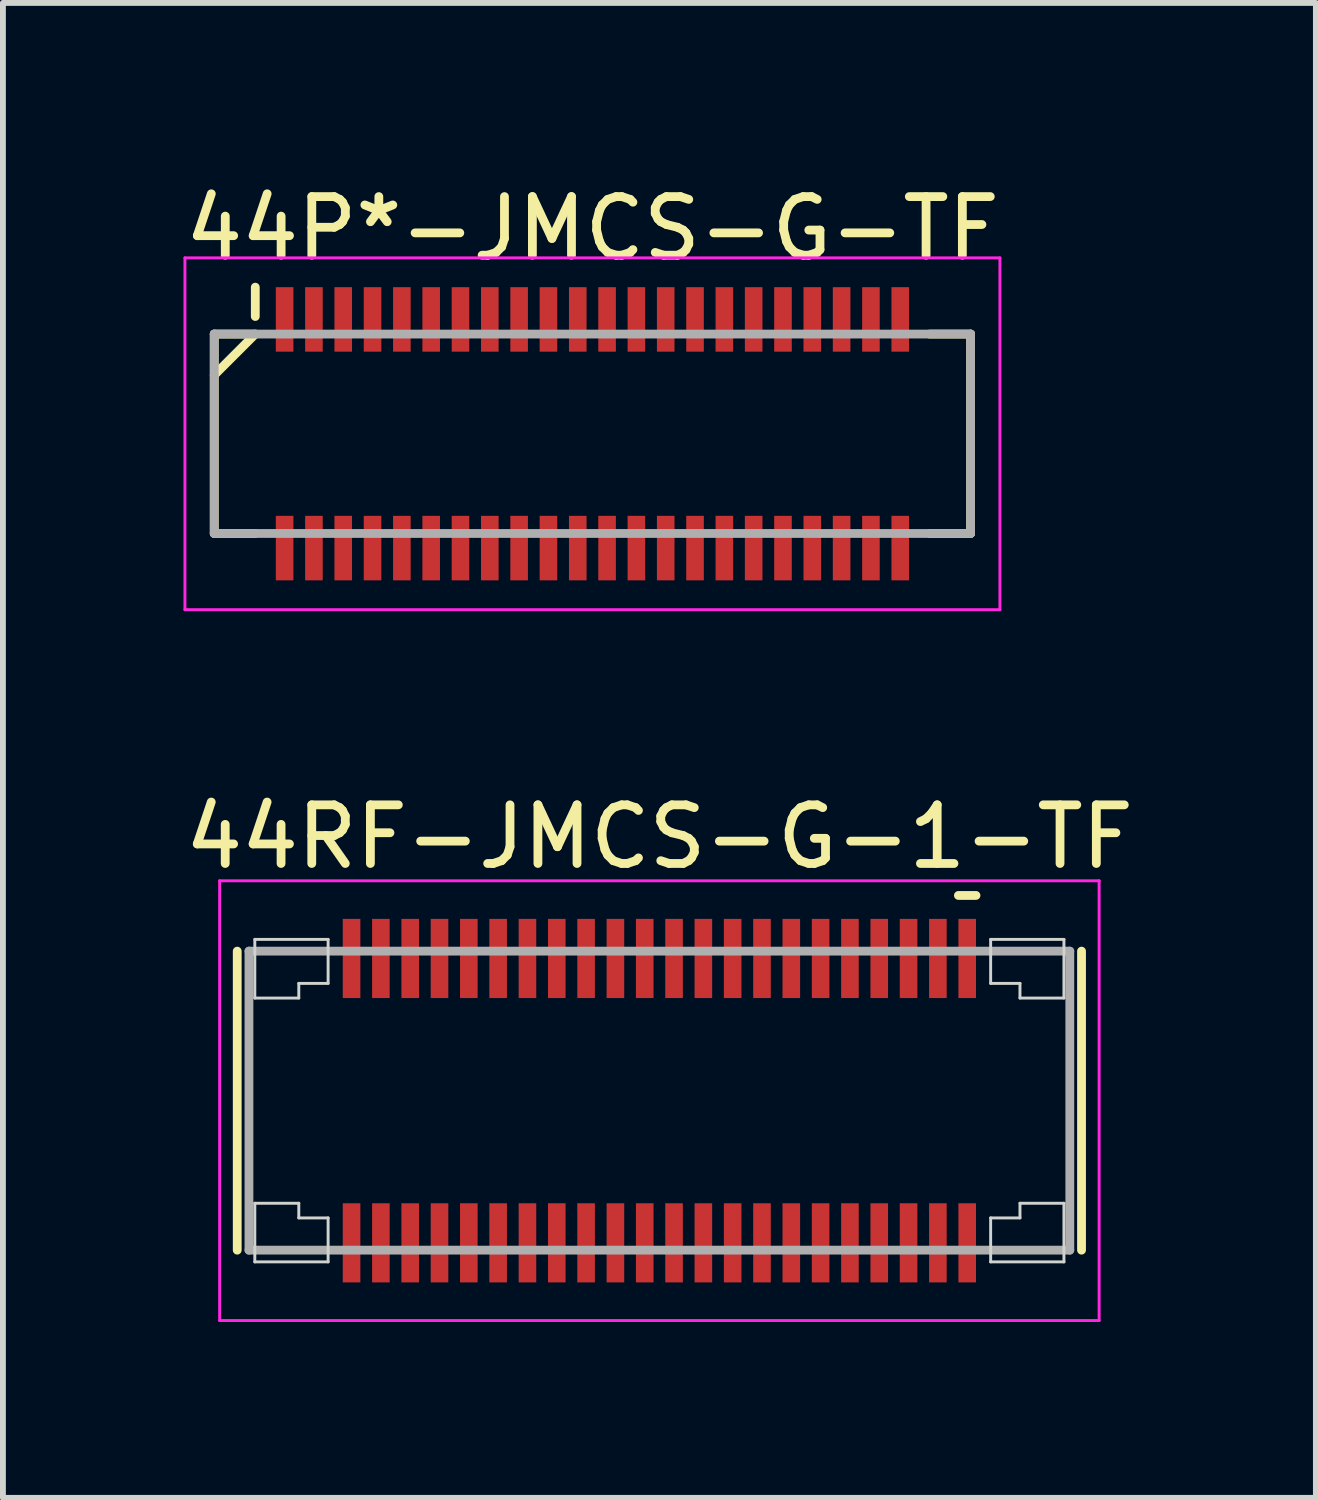
<source format=kicad_pcb>
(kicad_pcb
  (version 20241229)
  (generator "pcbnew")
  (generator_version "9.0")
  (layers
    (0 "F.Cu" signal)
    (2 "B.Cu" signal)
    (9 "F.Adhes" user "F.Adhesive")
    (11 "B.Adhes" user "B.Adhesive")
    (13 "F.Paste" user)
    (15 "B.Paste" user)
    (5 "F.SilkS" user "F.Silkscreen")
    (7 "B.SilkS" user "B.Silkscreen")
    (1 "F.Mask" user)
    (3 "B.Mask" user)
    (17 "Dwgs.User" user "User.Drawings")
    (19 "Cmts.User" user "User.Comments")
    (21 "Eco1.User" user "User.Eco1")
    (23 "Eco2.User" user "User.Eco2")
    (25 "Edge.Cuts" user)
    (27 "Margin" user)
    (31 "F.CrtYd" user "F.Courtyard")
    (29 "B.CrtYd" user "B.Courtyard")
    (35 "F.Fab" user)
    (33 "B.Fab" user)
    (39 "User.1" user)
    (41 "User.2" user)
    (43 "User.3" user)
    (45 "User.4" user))
  (footprint "44P*-JMCS-G-TF"
    (layer "F.Cu")
    (at 7.054 4.348)
    (property "Reference" "44P*-JMCS-G-TF" (at 0 -3.5 0) (layer "F.SilkS") (effects (font (size 1 1) (thickness 0.15))))
    (attr smd)
    (fp_line (start -6.45 -1.7) (end -6.45 1.7) (stroke (width 0.15) (type solid)) (layer "F.SilkS"))
    (fp_line (start -6.45 -1.7) (end -5.75 -1.7) (stroke (width 0.15) (type solid)) (layer "F.SilkS"))
    (fp_line (start -6.45 1.7) (end -5.75 1.7) (stroke (width 0.15) (type solid)) (layer "F.SilkS"))
    (fp_line (start -5.75 -2.5) (end -5.75 -2) (stroke (width 0.15) (type solid)) (layer "F.SilkS"))
    (fp_line (start -5.75 -1.7) (end -6.45 -1) (stroke (width 0.15) (type solid)) (layer "F.SilkS"))
    (fp_line (start 5.75 -1.7) (end 6.45 -1.7) (stroke (width 0.15) (type solid)) (layer "F.SilkS"))
    (fp_line (start 5.75 1.7) (end 6.45 1.7) (stroke (width 0.15) (type solid)) (layer "F.SilkS"))
    (fp_line (start 6.45 -1.7) (end 6.45 1.7) (stroke (width 0.15) (type solid)) (layer "F.SilkS"))
    (fp_line (start -6.95 -3) (end -6.95 3) (stroke (width 0.05) (type solid)) (layer "F.CrtYd"))
    (fp_line (start -6.95 -3) (end 6.95 -3) (stroke (width 0.05) (type solid)) (layer "F.CrtYd"))
    (fp_line (start -6.95 3) (end 6.95 3) (stroke (width 0.05) (type solid)) (layer "F.CrtYd"))
    (fp_line (start 6.95 -3) (end 6.95 3) (stroke (width 0.05) (type solid)) (layer "F.CrtYd"))
    (fp_line (start -6.45 -1.7) (end -6.45 1.7) (stroke (width 0.15) (type solid)) (layer "F.Fab"))
    (fp_line (start -6.45 -1.7) (end 6.45 -1.7) (stroke (width 0.15) (type solid)) (layer "F.Fab"))
    (fp_line (start -6.45 1.7) (end 6.45 1.7) (stroke (width 0.15) (type solid)) (layer "F.Fab"))
    (fp_line (start 6.45 -1.7) (end 6.45 1.7) (stroke (width 0.15) (type solid)) (layer "F.Fab"))
    (pad "1" smd rect (at -5.25 -1.95) (size 0.3 1.1) (layers "F.Cu" "F.Mask" "F.Paste"))
    (pad "2" smd rect (at -5.25 1.95) (size 0.3 1.1) (layers "F.Cu" "F.Mask" "F.Paste"))
    (pad "3" smd rect (at -4.75 -1.95) (size 0.3 1.1) (layers "F.Cu" "F.Mask" "F.Paste"))
    (pad "4" smd rect (at -4.75 1.95) (size 0.3 1.1) (layers "F.Cu" "F.Mask" "F.Paste"))
    (pad "5" smd rect (at -4.25 -1.95) (size 0.3 1.1) (layers "F.Cu" "F.Mask" "F.Paste"))
    (pad "6" smd rect (at -4.25 1.95) (size 0.3 1.1) (layers "F.Cu" "F.Mask" "F.Paste"))
    (pad "7" smd rect (at -3.75 -1.95) (size 0.3 1.1) (layers "F.Cu" "F.Mask" "F.Paste"))
    (pad "8" smd rect (at -3.75 1.95) (size 0.3 1.1) (layers "F.Cu" "F.Mask" "F.Paste"))
    (pad "9" smd rect (at -3.25 -1.95) (size 0.3 1.1) (layers "F.Cu" "F.Mask" "F.Paste"))
    (pad "10" smd rect (at -3.25 1.95) (size 0.3 1.1) (layers "F.Cu" "F.Mask" "F.Paste"))
    (pad "11" smd rect (at -2.75 -1.95) (size 0.3 1.1) (layers "F.Cu" "F.Mask" "F.Paste"))
    (pad "12" smd rect (at -2.75 1.95) (size 0.3 1.1) (layers "F.Cu" "F.Mask" "F.Paste"))
    (pad "13" smd rect (at -2.25 -1.95) (size 0.3 1.1) (layers "F.Cu" "F.Mask" "F.Paste"))
    (pad "14" smd rect (at -2.25 1.95) (size 0.3 1.1) (layers "F.Cu" "F.Mask" "F.Paste"))
    (pad "15" smd rect (at -1.75 -1.95) (size 0.3 1.1) (layers "F.Cu" "F.Mask" "F.Paste"))
    (pad "16" smd rect (at -1.75 1.95) (size 0.3 1.1) (layers "F.Cu" "F.Mask" "F.Paste"))
    (pad "17" smd rect (at -1.25 -1.95) (size 0.3 1.1) (layers "F.Cu" "F.Mask" "F.Paste"))
    (pad "18" smd rect (at -1.25 1.95) (size 0.3 1.1) (layers "F.Cu" "F.Mask" "F.Paste"))
    (pad "19" smd rect (at -0.75 -1.95) (size 0.3 1.1) (layers "F.Cu" "F.Mask" "F.Paste"))
    (pad "20" smd rect (at -0.75 1.95) (size 0.3 1.1) (layers "F.Cu" "F.Mask" "F.Paste"))
    (pad "21" smd rect (at -0.25 -1.95) (size 0.3 1.1) (layers "F.Cu" "F.Mask" "F.Paste"))
    (pad "22" smd rect (at -0.25 1.95) (size 0.3 1.1) (layers "F.Cu" "F.Mask" "F.Paste"))
    (pad "23" smd rect (at 0.25 -1.95) (size 0.3 1.1) (layers "F.Cu" "F.Mask" "F.Paste"))
    (pad "24" smd rect (at 0.25 1.95) (size 0.3 1.1) (layers "F.Cu" "F.Mask" "F.Paste"))
    (pad "25" smd rect (at 0.75 -1.95) (size 0.3 1.1) (layers "F.Cu" "F.Mask" "F.Paste"))
    (pad "26" smd rect (at 0.75 1.95) (size 0.3 1.1) (layers "F.Cu" "F.Mask" "F.Paste"))
    (pad "27" smd rect (at 1.25 -1.95) (size 0.3 1.1) (layers "F.Cu" "F.Mask" "F.Paste"))
    (pad "28" smd rect (at 1.25 1.95) (size 0.3 1.1) (layers "F.Cu" "F.Mask" "F.Paste"))
    (pad "29" smd rect (at 1.75 -1.95) (size 0.3 1.1) (layers "F.Cu" "F.Mask" "F.Paste"))
    (pad "30" smd rect (at 1.75 1.95) (size 0.3 1.1) (layers "F.Cu" "F.Mask" "F.Paste"))
    (pad "31" smd rect (at 2.25 -1.95) (size 0.3 1.1) (layers "F.Cu" "F.Mask" "F.Paste"))
    (pad "32" smd rect (at 2.25 1.95) (size 0.3 1.1) (layers "F.Cu" "F.Mask" "F.Paste"))
    (pad "33" smd rect (at 2.75 -1.95) (size 0.3 1.1) (layers "F.Cu" "F.Mask" "F.Paste"))
    (pad "34" smd rect (at 2.75 1.95) (size 0.3 1.1) (layers "F.Cu" "F.Mask" "F.Paste"))
    (pad "35" smd rect (at 3.25 -1.95) (size 0.3 1.1) (layers "F.Cu" "F.Mask" "F.Paste"))
    (pad "36" smd rect (at 3.25 1.95) (size 0.3 1.1) (layers "F.Cu" "F.Mask" "F.Paste"))
    (pad "37" smd rect (at 3.75 -1.95) (size 0.3 1.1) (layers "F.Cu" "F.Mask" "F.Paste"))
    (pad "38" smd rect (at 3.75 1.95) (size 0.3 1.1) (layers "F.Cu" "F.Mask" "F.Paste"))
    (pad "39" smd rect (at 4.25 -1.95) (size 0.3 1.1) (layers "F.Cu" "F.Mask" "F.Paste"))
    (pad "40" smd rect (at 4.25 1.95) (size 0.3 1.1) (layers "F.Cu" "F.Mask" "F.Paste"))
    (pad "41" smd rect (at 4.75 -1.95) (size 0.3 1.1) (layers "F.Cu" "F.Mask" "F.Paste"))
    (pad "42" smd rect (at 4.75 1.95) (size 0.3 1.1) (layers "F.Cu" "F.Mask" "F.Paste"))
    (pad "43" smd rect (at 5.25 -1.95) (size 0.3 1.1) (layers "F.Cu" "F.Mask" "F.Paste"))
    (pad "44" smd rect (at 5.25 1.95) (size 0.3 1.1) (layers "F.Cu" "F.Mask" "F.Paste")))
  (footprint "44RF-JMCS-G-1-TF"
    (layer "F.Cu")
    (at 8.196 15.722)
    (property "Reference" "44RF-JMCS-G-1-TF" (at 0 -4.5 0) (layer "F.SilkS") (effects (font (size 1 1) (thickness 0.15))))
    (attr smd)
    (fp_line (start -7.2 -2.55) (end -7.2 2.55) (stroke (width 0.15) (type solid)) (layer "F.SilkS"))
    (fp_line (start 5.1 -3.5) (end 5.4 -3.5) (stroke (width 0.15) (type solid)) (layer "F.SilkS"))
    (fp_line (start 7.2 -2.55) (end 7.2 2.55) (stroke (width 0.15) (type solid)) (layer "F.SilkS"))
    (fp_line (start -6.9 -2.75) (end -6.9 -1.75) (stroke (width 0.05) (type solid)) (layer "Edge.Cuts"))
    (fp_line (start -6.9 -2.75) (end -5.65 -2.75) (stroke (width 0.05) (type solid)) (layer "Edge.Cuts"))
    (fp_line (start -6.9 -1.75) (end -6.15 -1.75) (stroke (width 0.05) (type solid)) (layer "Edge.Cuts"))
    (fp_line (start -6.9 1.75) (end -6.15 1.75) (stroke (width 0.05) (type solid)) (layer "Edge.Cuts"))
    (fp_line (start -6.9 2.75) (end -6.9 1.75) (stroke (width 0.05) (type solid)) (layer "Edge.Cuts"))
    (fp_line (start -6.9 2.75) (end -5.65 2.75) (stroke (width 0.05) (type solid)) (layer "Edge.Cuts"))
    (fp_line (start -6.15 -2) (end -6.15 -1.75) (stroke (width 0.05) (type solid)) (layer "Edge.Cuts"))
    (fp_line (start -6.15 -2) (end -5.65 -2) (stroke (width 0.05) (type solid)) (layer "Edge.Cuts"))
    (fp_line (start -6.15 2) (end -6.15 1.75) (stroke (width 0.05) (type solid)) (layer "Edge.Cuts"))
    (fp_line (start -6.15 2) (end -5.65 2) (stroke (width 0.05) (type solid)) (layer "Edge.Cuts"))
    (fp_line (start -5.65 -2.75) (end -5.65 -2) (stroke (width 0.05) (type solid)) (layer "Edge.Cuts"))
    (fp_line (start -5.65 2.75) (end -5.65 2) (stroke (width 0.05) (type solid)) (layer "Edge.Cuts"))
    (fp_line (start 5.65 -2.75) (end 5.65 -2) (stroke (width 0.05) (type solid)) (layer "Edge.Cuts"))
    (fp_line (start 5.65 2.75) (end 5.65 2) (stroke (width 0.05) (type solid)) (layer "Edge.Cuts"))
    (fp_line (start 6.15 -2) (end 5.65 -2) (stroke (width 0.05) (type solid)) (layer "Edge.Cuts"))
    (fp_line (start 6.15 -2) (end 6.15 -1.75) (stroke (width 0.05) (type solid)) (layer "Edge.Cuts"))
    (fp_line (start 6.15 2) (end 5.65 2) (stroke (width 0.05) (type solid)) (layer "Edge.Cuts"))
    (fp_line (start 6.15 2) (end 6.15 1.75) (stroke (width 0.05) (type solid)) (layer "Edge.Cuts"))
    (fp_line (start 6.9 -2.75) (end 5.65 -2.75) (stroke (width 0.05) (type solid)) (layer "Edge.Cuts"))
    (fp_line (start 6.9 -2.75) (end 6.9 -1.75) (stroke (width 0.05) (type solid)) (layer "Edge.Cuts"))
    (fp_line (start 6.9 -1.75) (end 6.15 -1.75) (stroke (width 0.05) (type solid)) (layer "Edge.Cuts"))
    (fp_line (start 6.9 1.75) (end 6.15 1.75) (stroke (width 0.05) (type solid)) (layer "Edge.Cuts"))
    (fp_line (start 6.9 2.75) (end 5.65 2.75) (stroke (width 0.05) (type solid)) (layer "Edge.Cuts"))
    (fp_line (start 6.9 2.75) (end 6.9 1.75) (stroke (width 0.05) (type solid)) (layer "Edge.Cuts"))
    (fp_line (start -7.5 -3.75) (end -7.5 3.75) (stroke (width 0.05) (type solid)) (layer "F.CrtYd"))
    (fp_line (start -7.5 -3.75) (end 7.5 -3.75) (stroke (width 0.05) (type solid)) (layer "F.CrtYd"))
    (fp_line (start -7.5 3.75) (end 7.5 3.75) (stroke (width 0.05) (type solid)) (layer "F.CrtYd"))
    (fp_line (start 7.5 -3.75) (end 7.5 3.75) (stroke (width 0.05) (type solid)) (layer "F.CrtYd"))
    (fp_line (start -7 -2.55) (end -7 2.55) (stroke (width 0.15) (type solid)) (layer "F.Fab"))
    (fp_line (start -7 -2.55) (end 7 -2.55) (stroke (width 0.15) (type solid)) (layer "F.Fab"))
    (fp_line (start -7 2.55) (end 7 2.55) (stroke (width 0.15) (type solid)) (layer "F.Fab"))
    (fp_line (start 7 -2.55) (end 7 2.55) (stroke (width 0.15) (type solid)) (layer "F.Fab"))
    (pad "1" smd rect (at 5.25 -2.425) (size 0.3 1.35) (layers "F.Cu" "F.Mask" "F.Paste"))
    (pad "2" smd rect (at 5.25 2.425) (size 0.3 1.35) (layers "F.Cu" "F.Mask" "F.Paste"))
    (pad "3" smd rect (at 4.75 -2.425) (size 0.3 1.35) (layers "F.Cu" "F.Mask" "F.Paste"))
    (pad "4" smd rect (at 4.75 2.425) (size 0.3 1.35) (layers "F.Cu" "F.Mask" "F.Paste"))
    (pad "5" smd rect (at 4.25 -2.425) (size 0.3 1.35) (layers "F.Cu" "F.Mask" "F.Paste"))
    (pad "6" smd rect (at 4.25 2.425) (size 0.3 1.35) (layers "F.Cu" "F.Mask" "F.Paste"))
    (pad "7" smd rect (at 3.75 -2.425) (size 0.3 1.35) (layers "F.Cu" "F.Mask" "F.Paste"))
    (pad "8" smd rect (at 3.75 2.425) (size 0.3 1.35) (layers "F.Cu" "F.Mask" "F.Paste"))
    (pad "9" smd rect (at 3.25 -2.425) (size 0.3 1.35) (layers "F.Cu" "F.Mask" "F.Paste"))
    (pad "10" smd rect (at 3.25 2.425) (size 0.3 1.35) (layers "F.Cu" "F.Mask" "F.Paste"))
    (pad "11" smd rect (at 2.75 -2.425) (size 0.3 1.35) (layers "F.Cu" "F.Mask" "F.Paste"))
    (pad "12" smd rect (at 2.75 2.425) (size 0.3 1.35) (layers "F.Cu" "F.Mask" "F.Paste"))
    (pad "13" smd rect (at 2.25 -2.425) (size 0.3 1.35) (layers "F.Cu" "F.Mask" "F.Paste"))
    (pad "14" smd rect (at 2.25 2.425) (size 0.3 1.35) (layers "F.Cu" "F.Mask" "F.Paste"))
    (pad "15" smd rect (at 1.75 -2.425) (size 0.3 1.35) (layers "F.Cu" "F.Mask" "F.Paste"))
    (pad "16" smd rect (at 1.75 2.425) (size 0.3 1.35) (layers "F.Cu" "F.Mask" "F.Paste"))
    (pad "17" smd rect (at 1.25 -2.425) (size 0.3 1.35) (layers "F.Cu" "F.Mask" "F.Paste"))
    (pad "18" smd rect (at 1.25 2.425) (size 0.3 1.35) (layers "F.Cu" "F.Mask" "F.Paste"))
    (pad "19" smd rect (at 0.75 -2.425) (size 0.3 1.35) (layers "F.Cu" "F.Mask" "F.Paste"))
    (pad "20" smd rect (at 0.75 2.425) (size 0.3 1.35) (layers "F.Cu" "F.Mask" "F.Paste"))
    (pad "21" smd rect (at 0.25 -2.425) (size 0.3 1.35) (layers "F.Cu" "F.Mask" "F.Paste"))
    (pad "22" smd rect (at 0.25 2.425) (size 0.3 1.35) (layers "F.Cu" "F.Mask" "F.Paste"))
    (pad "23" smd rect (at -0.25 -2.425) (size 0.3 1.35) (layers "F.Cu" "F.Mask" "F.Paste"))
    (pad "24" smd rect (at -0.25 2.425) (size 0.3 1.35) (layers "F.Cu" "F.Mask" "F.Paste"))
    (pad "25" smd rect (at -0.75 -2.425) (size 0.3 1.35) (layers "F.Cu" "F.Mask" "F.Paste"))
    (pad "26" smd rect (at -0.75 2.425) (size 0.3 1.35) (layers "F.Cu" "F.Mask" "F.Paste"))
    (pad "27" smd rect (at -1.25 -2.425) (size 0.3 1.35) (layers "F.Cu" "F.Mask" "F.Paste"))
    (pad "28" smd rect (at -1.25 2.425) (size 0.3 1.35) (layers "F.Cu" "F.Mask" "F.Paste"))
    (pad "29" smd rect (at -1.75 -2.425) (size 0.3 1.35) (layers "F.Cu" "F.Mask" "F.Paste"))
    (pad "30" smd rect (at -1.75 2.425) (size 0.3 1.35) (layers "F.Cu" "F.Mask" "F.Paste"))
    (pad "31" smd rect (at -2.25 -2.425) (size 0.3 1.35) (layers "F.Cu" "F.Mask" "F.Paste"))
    (pad "32" smd rect (at -2.25 2.425) (size 0.3 1.35) (layers "F.Cu" "F.Mask" "F.Paste"))
    (pad "33" smd rect (at -2.75 -2.425) (size 0.3 1.35) (layers "F.Cu" "F.Mask" "F.Paste"))
    (pad "34" smd rect (at -2.75 2.425) (size 0.3 1.35) (layers "F.Cu" "F.Mask" "F.Paste"))
    (pad "35" smd rect (at -3.25 -2.425) (size 0.3 1.35) (layers "F.Cu" "F.Mask" "F.Paste"))
    (pad "36" smd rect (at -3.25 2.425) (size 0.3 1.35) (layers "F.Cu" "F.Mask" "F.Paste"))
    (pad "37" smd rect (at -3.75 -2.425) (size 0.3 1.35) (layers "F.Cu" "F.Mask" "F.Paste"))
    (pad "38" smd rect (at -3.75 2.425) (size 0.3 1.35) (layers "F.Cu" "F.Mask" "F.Paste"))
    (pad "39" smd rect (at -4.25 -2.425) (size 0.3 1.35) (layers "F.Cu" "F.Mask" "F.Paste"))
    (pad "40" smd rect (at -4.25 2.425) (size 0.3 1.35) (layers "F.Cu" "F.Mask" "F.Paste"))
    (pad "41" smd rect (at -4.75 -2.425) (size 0.3 1.35) (layers "F.Cu" "F.Mask" "F.Paste"))
    (pad "42" smd rect (at -4.75 2.425) (size 0.3 1.35) (layers "F.Cu" "F.Mask" "F.Paste"))
    (pad "43" smd rect (at -5.25 -2.425) (size 0.3 1.35) (layers "F.Cu" "F.Mask" "F.Paste"))
    (pad "44" smd rect (at -5.25 2.425) (size 0.3 1.35) (layers "F.Cu" "F.Mask" "F.Paste")))
  (gr_rect
    (start -3 -3)
    (end 19.393 22.497)
    (stroke (width 0.1) (type default))
    (fill no)
    (layer "Edge.Cuts")))
</source>
